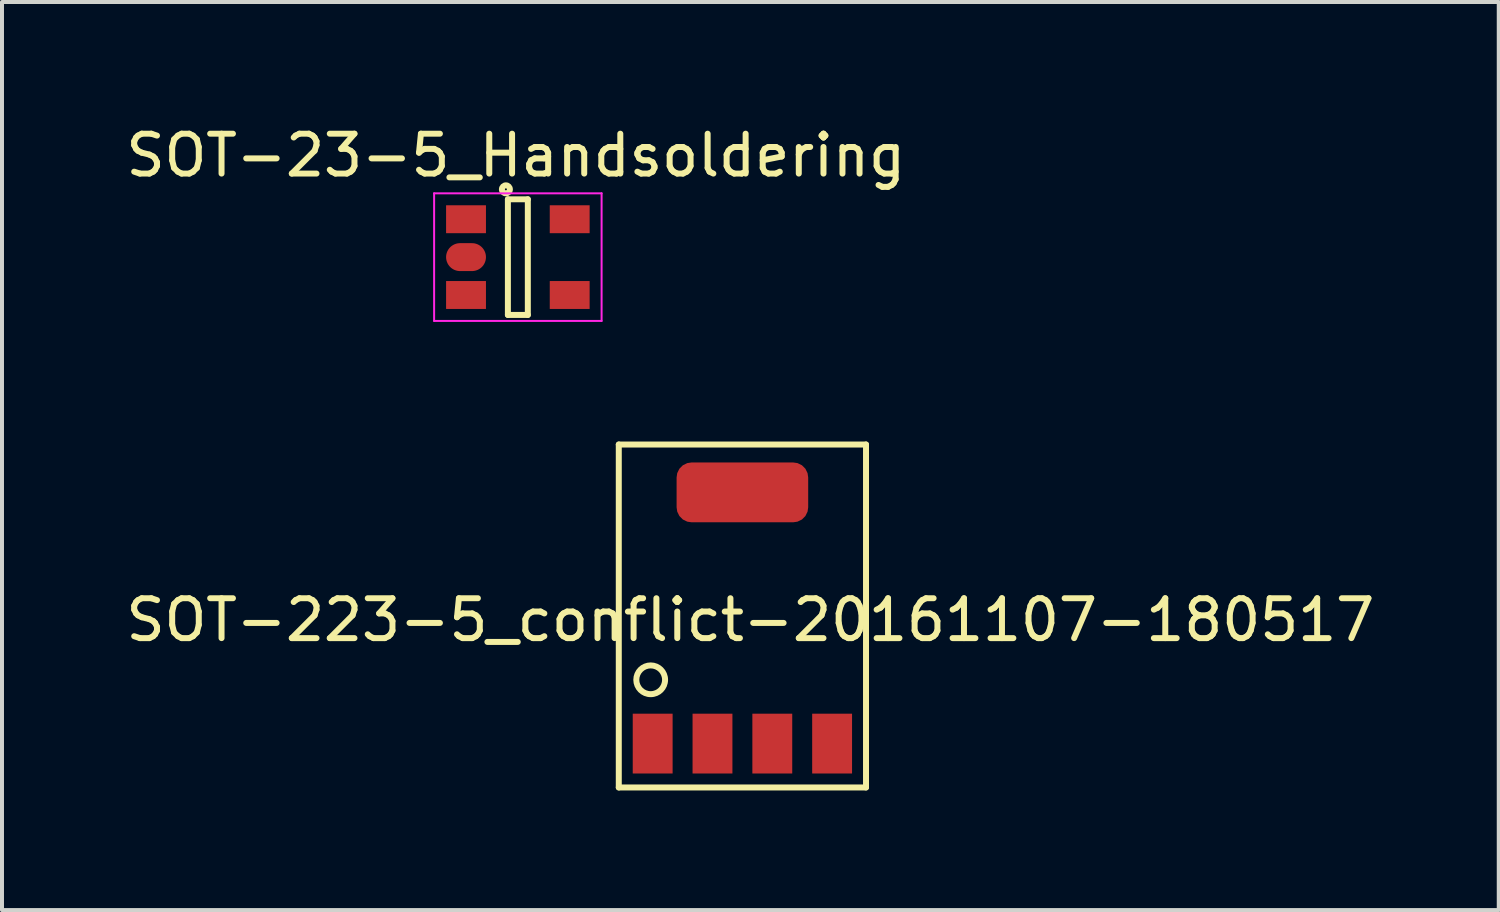
<source format=kicad_pcb>
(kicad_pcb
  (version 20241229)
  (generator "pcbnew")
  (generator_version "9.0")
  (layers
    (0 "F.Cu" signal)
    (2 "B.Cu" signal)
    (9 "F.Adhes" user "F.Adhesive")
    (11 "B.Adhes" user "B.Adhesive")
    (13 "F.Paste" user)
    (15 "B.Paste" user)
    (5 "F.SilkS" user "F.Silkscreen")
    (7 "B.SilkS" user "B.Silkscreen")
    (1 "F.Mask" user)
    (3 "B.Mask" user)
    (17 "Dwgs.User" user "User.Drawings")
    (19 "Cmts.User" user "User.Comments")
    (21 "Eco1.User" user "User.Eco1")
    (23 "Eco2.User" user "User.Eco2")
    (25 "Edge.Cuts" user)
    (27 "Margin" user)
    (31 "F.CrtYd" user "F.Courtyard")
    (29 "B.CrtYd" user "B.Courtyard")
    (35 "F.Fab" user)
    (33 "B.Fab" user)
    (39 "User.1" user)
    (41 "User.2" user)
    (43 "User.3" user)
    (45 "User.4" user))
  (footprint "SOT-23-5_Handsoldering"
    (layer "F.Cu")
    (at 9.937 3.398)
    (property "Reference" "SOT-23-5_Handsoldering" (at -0.05 -2.55 0) (layer "F.SilkS") (effects (font (size 1 1) (thickness 0.15))))
    (attr smd)
    (fp_line (start -0.25 -1.45) (end -0.25 1.45) (stroke (width 0.15) (type solid)) (layer "F.SilkS"))
    (fp_line (start -0.25 1.45) (end 0.25 1.45) (stroke (width 0.15) (type solid)) (layer "F.SilkS"))
    (fp_line (start 0.25 -1.45) (end -0.25 -1.45) (stroke (width 0.15) (type solid)) (layer "F.SilkS"))
    (fp_line (start 0.25 1.45) (end 0.25 -1.45) (stroke (width 0.15) (type solid)) (layer "F.SilkS"))
    (fp_circle (center -0.3 -1.7) (end -0.2 -1.7) (stroke (width 0.15) (type solid)) (fill no) (layer "F.SilkS"))
    (fp_line (start -2.1 -1.6) (end 2.1 -1.6) (stroke (width 0.05) (type solid)) (layer "F.CrtYd"))
    (fp_line (start -2.1 1.6) (end -2.1 -1.6) (stroke (width 0.05) (type solid)) (layer "F.CrtYd"))
    (fp_line (start 2.1 -1.6) (end 2.1 1.6) (stroke (width 0.05) (type solid)) (layer "F.CrtYd"))
    (fp_line (start 2.1 1.6) (end -2.1 1.6) (stroke (width 0.05) (type solid)) (layer "F.CrtYd"))
    (pad "1" smd rect (at -1.3 -0.95) (size 1 0.7) (layers "F.Cu" "F.Mask" "F.Paste"))
    (pad "2" smd oval (at -1.3 0) (size 1 0.7) (layers "F.Cu" "F.Mask" "F.Paste"))
    (pad "3" smd rect (at -1.3 0.95) (size 1 0.7) (layers "F.Cu" "F.Mask" "F.Paste"))
    (pad "4" smd rect (at 1.3 0.95) (size 1 0.7) (layers "F.Cu" "F.Mask" "F.Paste"))
    (pad "5" smd rect (at 1.3 -0.95) (size 1 0.7) (layers "F.Cu" "F.Mask" "F.Paste")))
  (footprint "SOT-223-5_conflict-20161107-180517"
    (layer "F.Cu")
    (at 15.568 15.598)
    (property "Reference" "SOT-223-5_conflict-20161107-180517" (at 0.2 -3.1 0) (layer "F.SilkS") (effects (font (size 1 1) (thickness 0.15))))
    (attr through_hole)
    (fp_line (start -3.1 -7.5) (end 3.1 -7.5) (stroke (width 0.15) (type solid)) (layer "F.SilkS"))
    (fp_line (start -3.1 1.1) (end -3.1 -7.5) (stroke (width 0.15) (type solid)) (layer "F.SilkS"))
    (fp_line (start 3.1 -7.5) (end 3.1 1.1) (stroke (width 0.15) (type solid)) (layer "F.SilkS"))
    (fp_line (start 3.1 1.1) (end -3.1 1.1) (stroke (width 0.15) (type solid)) (layer "F.SilkS"))
    (fp_circle (center -2.3 -1.6) (end -2 -1.4) (stroke (width 0.15) (type solid)) (fill no) (layer "F.SilkS"))
    (pad "1" smd rect (at -2.25 0) (size 1 1.5) (layers "F.Cu" "F.Mask" "F.Paste"))
    (pad "2" smd rect (at -0.75 0) (size 1 1.5) (layers "F.Cu" "F.Mask" "F.Paste"))
    (pad "3" smd rect (at 0.75 0) (size 1 1.5) (layers "F.Cu" "F.Mask" "F.Paste"))
    (pad "4" smd rect (at 2.25 0) (size 1 1.5) (layers "F.Cu" "F.Mask" "F.Paste"))
    (pad "5" smd roundrect (at 0 -6.3) (size 3.3 1.5) (layers "F.Cu" "F.Mask" "F.Paste") (roundrect_rratio 0.25)))
  (gr_rect
    (start -3 -3)
    (end 34.536 19.773)
    (stroke (width 0.1) (type default))
    (fill no)
    (layer "Edge.Cuts")))
</source>
